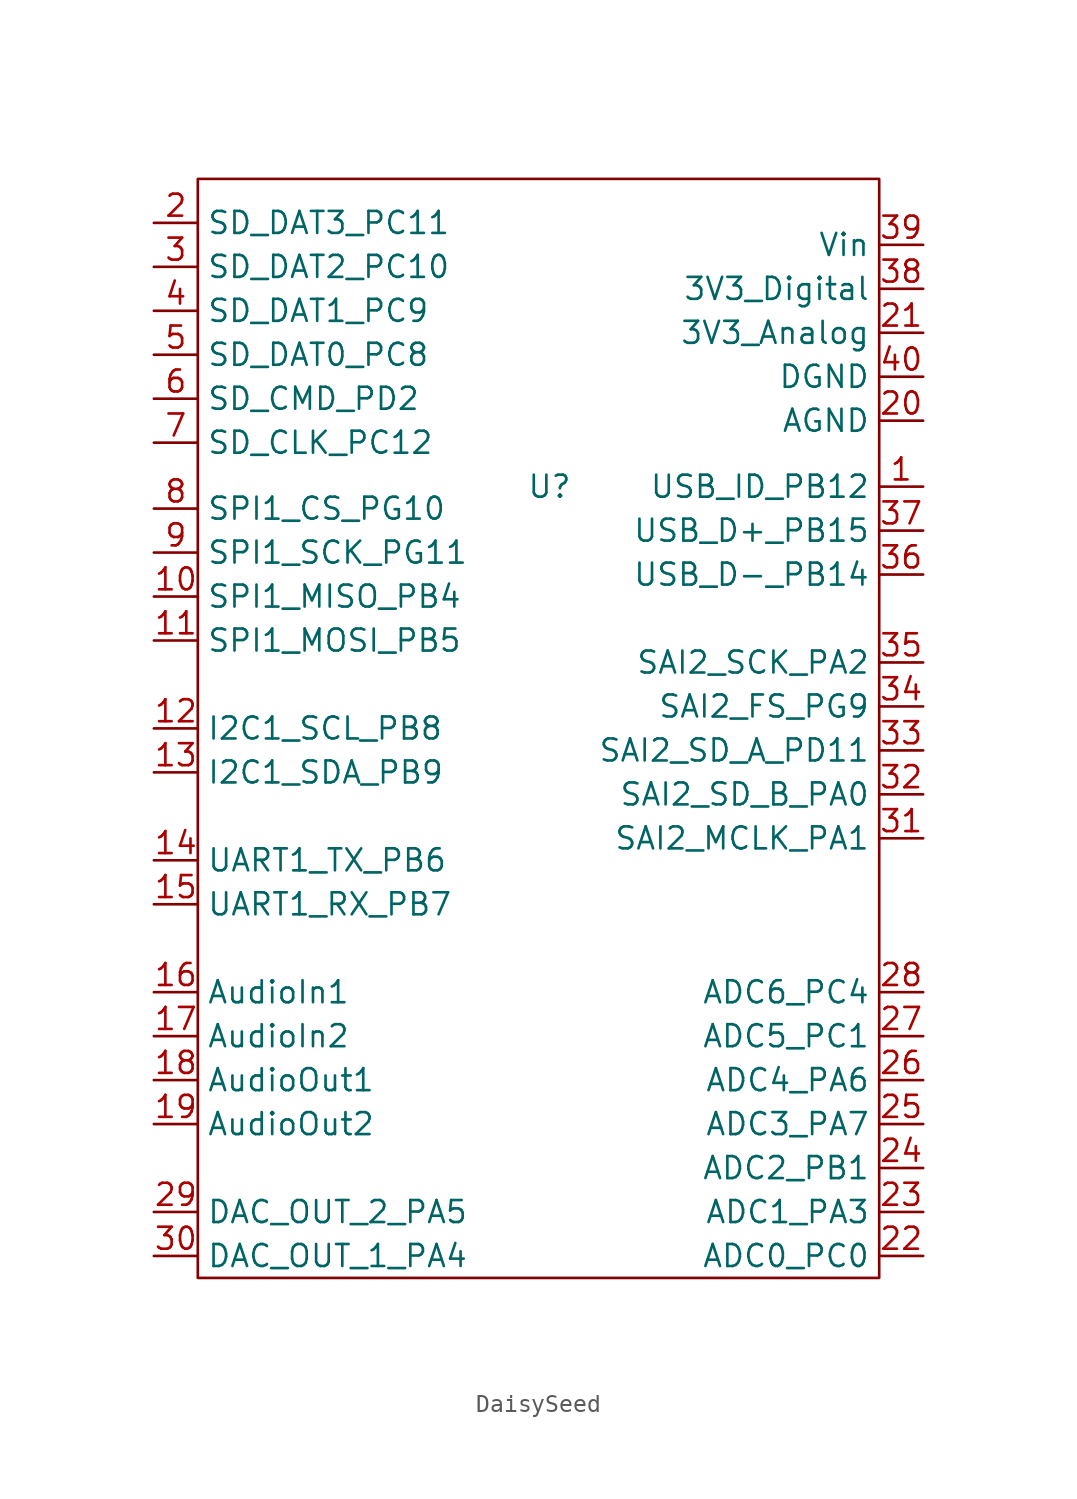
<source format=kicad_sym>
(kicad_symbol_lib
  (version 20220914)
  (generator kicad_symbol_editor)
  (symbol "DaisySeed"
    (property "Reference" "U"
      (at 12.7 0 0)
      (effects (font (size 1.27 1.27))))
    (property "Value" ""
      (at 0 0 0)
      (effects (font (size 1.27 1.27))))
    (symbol "DaisySeed_0_1"
      (rectangle (start -7.62 17.78) (end 31.75 -45.72) (stroke (width 0) (type default)) (fill (type none))))
    (symbol "DaisySeed_1_1"
      (pin tri_state line (at 34.29 0 180) (length 2.54) (name "USB_ID_PB12" (effects (font (size 1.27 1.27)))) (number "1" (effects (font (size 1.27 1.27)))))
      (pin tri_state line (at -10.16 -6.35 0) (length 2.54) (name "SPI1_MISO_PB4" (effects (font (size 1.27 1.27)))) (number "10" (effects (font (size 1.27 1.27)))))
      (pin tri_state line (at -10.16 -8.89 0) (length 2.54) (name "SPI1_MOSI_PB5" (effects (font (size 1.27 1.27)))) (number "11" (effects (font (size 1.27 1.27)))))
      (pin tri_state line (at -10.16 -13.97 0) (length 2.54) (name "I2C1_SCL_PB8" (effects (font (size 1.27 1.27)))) (number "12" (effects (font (size 1.27 1.27)))))
      (pin tri_state line (at -10.16 -16.51 0) (length 2.54) (name "I2C1_SDA_PB9" (effects (font (size 1.27 1.27)))) (number "13" (effects (font (size 1.27 1.27)))))
      (pin tri_state line (at -10.16 -21.59 0) (length 2.54) (name "UART1_TX_PB6" (effects (font (size 1.27 1.27)))) (number "14" (effects (font (size 1.27 1.27)))))
      (pin tri_state line (at -10.16 -24.13 0) (length 2.54) (name "UART1_RX_PB7" (effects (font (size 1.27 1.27)))) (number "15" (effects (font (size 1.27 1.27)))))
      (pin input line (at -10.16 -29.21 0) (length 2.54) (name "AudioIn1" (effects (font (size 1.27 1.27)))) (number "16" (effects (font (size 1.27 1.27)))))
      (pin input line (at -10.16 -31.75 0) (length 2.54) (name "AudioIn2" (effects (font (size 1.27 1.27)))) (number "17" (effects (font (size 1.27 1.27)))))
      (pin output line (at -10.16 -34.29 0) (length 2.54) (name "AudioOut1" (effects (font (size 1.27 1.27)))) (number "18" (effects (font (size 1.27 1.27)))))
      (pin output line (at -10.16 -36.83 0) (length 2.54) (name "AudioOut2" (effects (font (size 1.27 1.27)))) (number "19" (effects (font (size 1.27 1.27)))))
      (pin tri_state line (at -10.16 15.24 0) (length 2.54) (name "SD_DAT3_PC11" (effects (font (size 1.27 1.27)))) (number "2" (effects (font (size 1.27 1.27)))))
      (pin bidirectional line (at 34.29 3.81 180) (length 2.54) (name "AGND" (effects (font (size 1.27 1.27)))) (number "20" (effects (font (size 1.27 1.27)))))
      (pin output line (at 34.29 8.89 180) (length 2.54) (name "3V3_Analog" (effects (font (size 1.27 1.27)))) (number "21" (effects (font (size 1.27 1.27)))))
      (pin tri_state line (at 34.29 -44.45 180) (length 2.54) (name "ADC0_PC0" (effects (font (size 1.27 1.27)))) (number "22" (effects (font (size 1.27 1.27)))))
      (pin tri_state line (at 34.29 -41.91 180) (length 2.54) (name "ADC1_PA3" (effects (font (size 1.27 1.27)))) (number "23" (effects (font (size 1.27 1.27)))))
      (pin tri_state line (at 34.29 -39.37 180) (length 2.54) (name "ADC2_PB1" (effects (font (size 1.27 1.27)))) (number "24" (effects (font (size 1.27 1.27)))))
      (pin tri_state line (at 34.29 -36.83 180) (length 2.54) (name "ADC3_PA7" (effects (font (size 1.27 1.27)))) (number "25" (effects (font (size 1.27 1.27)))))
      (pin tri_state line (at 34.29 -34.29 180) (length 2.54) (name "ADC4_PA6" (effects (font (size 1.27 1.27)))) (number "26" (effects (font (size 1.27 1.27)))))
      (pin tri_state line (at 34.29 -31.75 180) (length 2.54) (name "ADC5_PC1" (effects (font (size 1.27 1.27)))) (number "27" (effects (font (size 1.27 1.27)))))
      (pin tri_state line (at 34.29 -29.21 180) (length 2.54) (name "ADC6_PC4" (effects (font (size 1.27 1.27)))) (number "28" (effects (font (size 1.27 1.27)))))
      (pin tri_state line (at -10.16 -41.91 0) (length 2.54) (name "DAC_OUT_2_PA5" (effects (font (size 1.27 1.27)))) (number "29" (effects (font (size 1.27 1.27)))))
      (pin tri_state line (at -10.16 12.7 0) (length 2.54) (name "SD_DAT2_PC10" (effects (font (size 1.27 1.27)))) (number "3" (effects (font (size 1.27 1.27)))))
      (pin tri_state line (at -10.16 -44.45 0) (length 2.54) (name "DAC_OUT_1_PA4" (effects (font (size 1.27 1.27)))) (number "30" (effects (font (size 1.27 1.27)))))
      (pin tri_state line (at 34.29 -20.32 180) (length 2.54) (name "SAI2_MCLK_PA1" (effects (font (size 1.27 1.27)))) (number "31" (effects (font (size 1.27 1.27)))))
      (pin tri_state line (at 34.29 -17.78 180) (length 2.54) (name "SAI2_SD_B_PA0" (effects (font (size 1.27 1.27)))) (number "32" (effects (font (size 1.27 1.27)))))
      (pin tri_state line (at 34.29 -15.24 180) (length 2.54) (name "SAI2_SD_A_PD11" (effects (font (size 1.27 1.27)))) (number "33" (effects (font (size 1.27 1.27)))))
      (pin tri_state line (at 34.29 -12.7 180) (length 2.54) (name "SAI2_FS_PG9" (effects (font (size 1.27 1.27)))) (number "34" (effects (font (size 1.27 1.27)))))
      (pin tri_state line (at 34.29 -10.16 180) (length 2.54) (name "SAI2_SCK_PA2" (effects (font (size 1.27 1.27)))) (number "35" (effects (font (size 1.27 1.27)))))
      (pin tri_state line (at 34.29 -5.08 180) (length 2.54) (name "USB_D-_PB14" (effects (font (size 1.27 1.27)))) (number "36" (effects (font (size 1.27 1.27)))))
      (pin tri_state line (at 34.29 -2.54 180) (length 2.54) (name "USB_D+_PB15" (effects (font (size 1.27 1.27)))) (number "37" (effects (font (size 1.27 1.27)))))
      (pin output line (at 34.29 11.43 180) (length 2.54) (name "3V3_Digital" (effects (font (size 1.27 1.27)))) (number "38" (effects (font (size 1.27 1.27)))))
      (pin input line (at 34.29 13.97 180) (length 2.54) (name "Vin" (effects (font (size 1.27 1.27)))) (number "39" (effects (font (size 1.27 1.27)))))
      (pin tri_state line (at -10.16 10.16 0) (length 2.54) (name "SD_DAT1_PC9" (effects (font (size 1.27 1.27)))) (number "4" (effects (font (size 1.27 1.27)))))
      (pin bidirectional line (at 34.29 6.35 180) (length 2.54) (name "DGND" (effects (font (size 1.27 1.27)))) (number "40" (effects (font (size 1.27 1.27)))))
      (pin tri_state line (at -10.16 7.62 0) (length 2.54) (name "SD_DAT0_PC8" (effects (font (size 1.27 1.27)))) (number "5" (effects (font (size 1.27 1.27)))))
      (pin tri_state line (at -10.16 5.08 0) (length 2.54) (name "SD_CMD_PD2" (effects (font (size 1.27 1.27)))) (number "6" (effects (font (size 1.27 1.27)))))
      (pin tri_state line (at -10.16 2.54 0) (length 2.54) (name "SD_CLK_PC12" (effects (font (size 1.27 1.27)))) (number "7" (effects (font (size 1.27 1.27)))))
      (pin tri_state line (at -10.16 -1.27 0) (length 2.54) (name "SPI1_CS_PG10" (effects (font (size 1.27 1.27)))) (number "8" (effects (font (size 1.27 1.27)))))
      (pin tri_state line (at -10.16 -3.81 0) (length 2.54) (name "SPI1_SCK_PG11" (effects (font (size 1.27 1.27)))) (number "9" (effects (font (size 1.27 1.27))))))))
</source>
